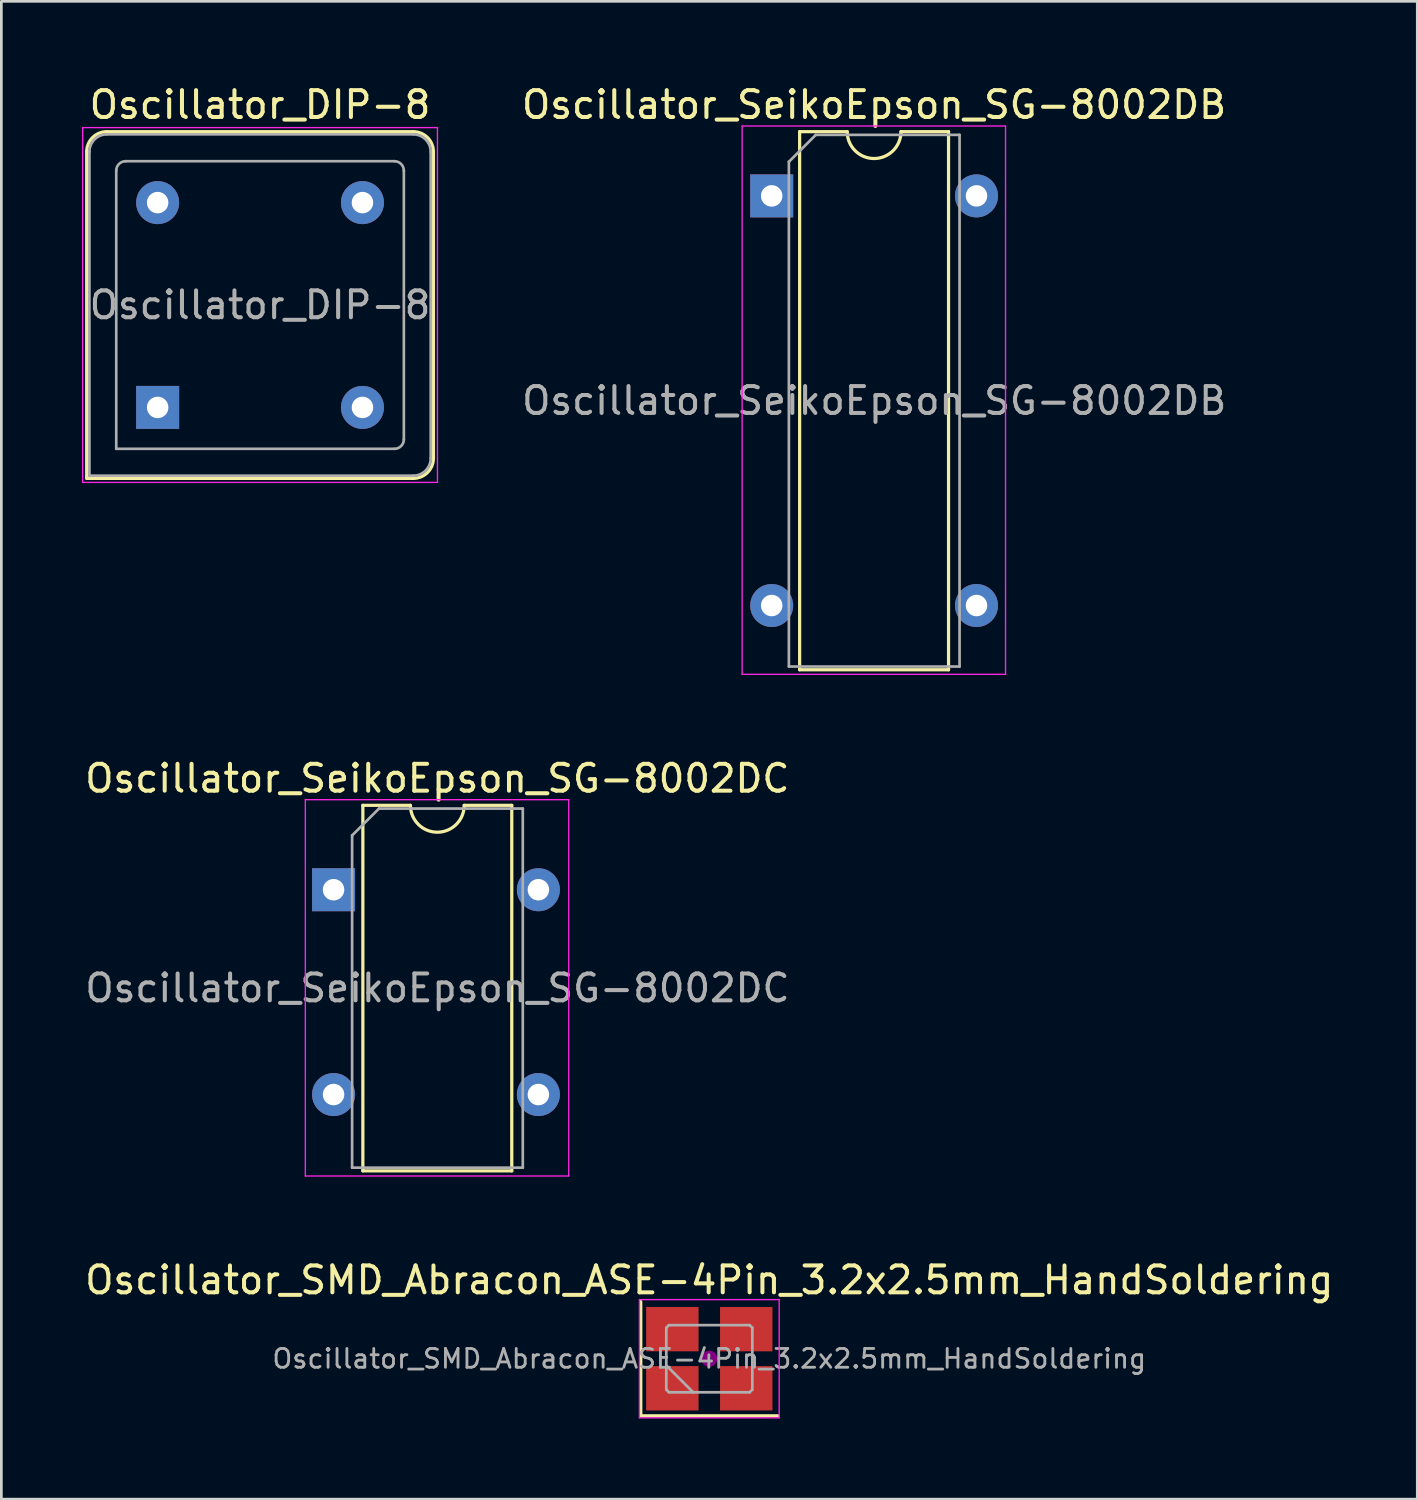
<source format=kicad_pcb>
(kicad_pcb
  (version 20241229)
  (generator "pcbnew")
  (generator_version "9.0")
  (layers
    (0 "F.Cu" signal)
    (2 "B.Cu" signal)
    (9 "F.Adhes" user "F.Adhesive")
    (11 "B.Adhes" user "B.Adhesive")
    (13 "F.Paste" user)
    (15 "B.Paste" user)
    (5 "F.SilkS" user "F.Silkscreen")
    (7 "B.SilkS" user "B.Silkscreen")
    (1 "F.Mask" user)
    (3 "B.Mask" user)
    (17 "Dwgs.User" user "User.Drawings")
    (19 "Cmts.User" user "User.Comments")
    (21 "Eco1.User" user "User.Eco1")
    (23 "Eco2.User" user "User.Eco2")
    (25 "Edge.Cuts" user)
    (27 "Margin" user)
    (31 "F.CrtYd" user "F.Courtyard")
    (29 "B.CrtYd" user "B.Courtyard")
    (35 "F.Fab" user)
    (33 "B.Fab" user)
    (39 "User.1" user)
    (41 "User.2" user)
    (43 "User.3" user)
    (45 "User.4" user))
  (footprint "Oscillator_DIP-8"
    (layer "F.Cu")
    (at 2.815 12.108)
    (property "Reference" "Oscillator_DIP-8" (at 3.81 -11.26 0) (layer "F.SilkS") (effects (font (size 1 1) (thickness 0.15))))
    (attr through_hole)
    (fp_line (start -2.64 -9.51) (end -2.64 2.64) (stroke (width 0.12) (type solid)) (layer "F.SilkS"))
    (fp_line (start -2.64 2.64) (end 9.51 2.64) (stroke (width 0.12) (type solid)) (layer "F.SilkS"))
    (fp_line (start 9.51 -10.26) (end -1.89 -10.26) (stroke (width 0.12) (type solid)) (layer "F.SilkS"))
    (fp_line (start 10.26 1.89) (end 10.26 -9.51) (stroke (width 0.12) (type solid)) (layer "F.SilkS"))
    (fp_arc (start -2.64 -9.51) (mid -2.42033 -10.04033) (end -1.89 -10.26) (stroke (width 0.12) (type solid)) (layer "F.SilkS"))
    (fp_arc (start 9.51 -10.26) (mid 10.04033 -10.04033) (end 10.26 -9.51) (stroke (width 0.12) (type solid)) (layer "F.SilkS"))
    (fp_arc (start 10.26 1.89) (mid 10.04033 2.42033) (end 9.51 2.64) (stroke (width 0.12) (type solid)) (layer "F.SilkS"))
    (fp_line (start -2.79 -10.41) (end -2.79 2.79) (stroke (width 0.05) (type solid)) (layer "F.CrtYd"))
    (fp_line (start -2.79 2.79) (end 10.41 2.79) (stroke (width 0.05) (type solid)) (layer "F.CrtYd"))
    (fp_line (start 10.41 -10.41) (end -2.79 -10.41) (stroke (width 0.05) (type solid)) (layer "F.CrtYd"))
    (fp_line (start 10.41 2.79) (end 10.41 -10.41) (stroke (width 0.05) (type solid)) (layer "F.CrtYd"))
    (fp_line (start -2.54 2.54) (end -2.54 -9.51) (stroke (width 0.1) (type solid)) (layer "F.Fab"))
    (fp_line (start -2.54 2.54) (end 9.51 2.54) (stroke (width 0.1) (type solid)) (layer "F.Fab"))
    (fp_line (start -1.89 -10.16) (end 9.51 -10.16) (stroke (width 0.1) (type solid)) (layer "F.Fab"))
    (fp_line (start -1.54 1.54) (end -1.54 -8.81) (stroke (width 0.1) (type solid)) (layer "F.Fab"))
    (fp_line (start -1.54 1.54) (end 8.81 1.54) (stroke (width 0.1) (type solid)) (layer "F.Fab"))
    (fp_line (start -1.19 -9.16) (end 8.81 -9.16) (stroke (width 0.1) (type solid)) (layer "F.Fab"))
    (fp_line (start 9.16 1.19) (end 9.16 -8.81) (stroke (width 0.1) (type solid)) (layer "F.Fab"))
    (fp_line (start 10.16 -9.51) (end 10.16 1.89) (stroke (width 0.1) (type solid)) (layer "F.Fab"))
    (fp_arc (start -2.54 -9.51) (mid -2.349619 -9.969619) (end -1.89 -10.16) (stroke (width 0.1) (type solid)) (layer "F.Fab"))
    (fp_arc (start -1.54 -8.81) (mid -1.437487 -9.057487) (end -1.19 -9.16) (stroke (width 0.1) (type solid)) (layer "F.Fab"))
    (fp_arc (start 8.81 -9.16) (mid 9.057487 -9.057487) (end 9.16 -8.81) (stroke (width 0.1) (type solid)) (layer "F.Fab"))
    (fp_arc (start 9.16 1.19) (mid 9.057487 1.437487) (end 8.81 1.54) (stroke (width 0.1) (type solid)) (layer "F.Fab"))
    (fp_arc (start 9.51 -10.16) (mid 9.969619 -9.969619) (end 10.16 -9.51) (stroke (width 0.1) (type solid)) (layer "F.Fab"))
    (fp_arc (start 10.16 1.89) (mid 9.969619 2.349619) (end 9.51 2.54) (stroke (width 0.1) (type solid)) (layer "F.Fab"))
    (fp_text user "${REFERENCE}" (at 3.81 -3.81 0) (layer "F.Fab") (effects (font (size 1 1) (thickness 0.15))))
    (pad "1" thru_hole rect (at 0 0) (size 1.6 1.6) (drill 0.8) (layers "*.Cu" "*.Mask"))
    (pad "4" thru_hole circle (at 7.62 0) (size 1.6 1.6) (drill 0.8) (layers "*.Cu" "*.Mask"))
    (pad "5" thru_hole circle (at 7.62 -7.62) (size 1.6 1.6) (drill 0.8) (layers "*.Cu" "*.Mask"))
    (pad "8" thru_hole circle (at 0 -7.62) (size 1.6 1.6) (drill 0.8) (layers "*.Cu" "*.Mask")))
  (footprint "Oscillator_SMD_Abracon_ASE-4Pin_3.2x2.5mm_HandSoldering"
    (layer "F.Cu")
    (at 23.339 47.5)
    (property "Reference" "Oscillator_SMD_Abracon_ASE-4Pin_3.2x2.5mm_HandSoldering" (at 0 -2.925 0) (layer "F.SilkS") (effects (font (size 1 1) (thickness 0.15))))
    (attr smd)
    (fp_line (start -2.55 -2.125) (end -2.55 2.125) (stroke (width 0.12) (type solid)) (layer "F.SilkS"))
    (fp_line (start -2.55 2.125) (end 2.55 2.125) (stroke (width 0.12) (type solid)) (layer "F.SilkS"))
    (fp_circle (center 0 0) (end 0.058 0) (stroke (width 0.117) (type solid)) (fill no) (layer "F.Adhes"))
    (fp_circle (center 0 0) (end 0.133 0) (stroke (width 0.083) (type solid)) (fill no) (layer "F.Adhes"))
    (fp_circle (center 0 0) (end 0.208 0) (stroke (width 0.083) (type solid)) (fill no) (layer "F.Adhes"))
    (fp_circle (center 0 0) (end 0.25 0) (stroke (width 0.1) (type solid)) (fill no) (layer "F.Adhes"))
    (fp_line (start -2.6 -2.2) (end -2.6 2.2) (stroke (width 0.05) (type solid)) (layer "F.CrtYd"))
    (fp_line (start -2.6 2.2) (end 2.6 2.2) (stroke (width 0.05) (type solid)) (layer "F.CrtYd"))
    (fp_line (start 2.6 -2.2) (end -2.6 -2.2) (stroke (width 0.05) (type solid)) (layer "F.CrtYd"))
    (fp_line (start 2.6 2.2) (end 2.6 -2.2) (stroke (width 0.05) (type solid)) (layer "F.CrtYd"))
    (fp_line (start -1.6 -1.15) (end -1.5 -1.25) (stroke (width 0.1) (type solid)) (layer "F.Fab"))
    (fp_line (start -1.6 0.25) (end -0.6 1.25) (stroke (width 0.1) (type solid)) (layer "F.Fab"))
    (fp_line (start -1.6 1.15) (end -1.6 -1.15) (stroke (width 0.1) (type solid)) (layer "F.Fab"))
    (fp_line (start -1.5 -1.25) (end 1.5 -1.25) (stroke (width 0.1) (type solid)) (layer "F.Fab"))
    (fp_line (start -1.5 1.25) (end -1.6 1.15) (stroke (width 0.1) (type solid)) (layer "F.Fab"))
    (fp_line (start 1.5 -1.25) (end 1.6 -1.15) (stroke (width 0.1) (type solid)) (layer "F.Fab"))
    (fp_line (start 1.5 1.25) (end -1.5 1.25) (stroke (width 0.1) (type solid)) (layer "F.Fab"))
    (fp_line (start 1.6 -1.15) (end 1.6 1.15) (stroke (width 0.1) (type solid)) (layer "F.Fab"))
    (fp_line (start 1.6 1.15) (end 1.5 1.25) (stroke (width 0.1) (type solid)) (layer "F.Fab"))
    (fp_text user "${REFERENCE}" (at 0 0 0) (layer "F.Fab") (effects (font (size 0.7 0.7) (thickness 0.105))))
    (pad "1" smd rect (at -1.375 1.1) (size 1.95 1.65) (layers "F.Cu" "F.Mask" "F.Paste"))
    (pad "2" smd rect (at 1.375 1.1) (size 1.95 1.65) (layers "F.Cu" "F.Mask" "F.Paste"))
    (pad "3" smd rect (at 1.375 -1.1) (size 1.95 1.65) (layers "F.Cu" "F.Mask" "F.Paste"))
    (pad "4" smd rect (at -1.375 -1.1) (size 1.95 1.65) (layers "F.Cu" "F.Mask" "F.Paste")))
  (footprint "Oscillator_SeikoEpson_SG-8002DC"
    (layer "F.Cu")
    (at 9.36 30.052)
    (property "Reference" "Oscillator_SeikoEpson_SG-8002DC" (at 3.86 -4.14 0) (layer "F.SilkS") (effects (font (size 1 1) (thickness 0.15))))
    (attr through_hole)
    (fp_line (start 1.09 -3.14) (end 1.09 10.46) (stroke (width 0.12) (type solid)) (layer "F.SilkS"))
    (fp_line (start 1.09 10.46) (end 6.63 10.46) (stroke (width 0.12) (type solid)) (layer "F.SilkS"))
    (fp_line (start 2.86 -3.14) (end 1.09 -3.14) (stroke (width 0.12) (type solid)) (layer "F.SilkS"))
    (fp_line (start 6.63 -3.14) (end 4.86 -3.14) (stroke (width 0.12) (type solid)) (layer "F.SilkS"))
    (fp_line (start 6.63 10.46) (end 6.63 -3.14) (stroke (width 0.12) (type solid)) (layer "F.SilkS"))
    (fp_arc (start 4.86 -3.14) (mid 3.86 -2.14) (end 2.86 -3.14) (stroke (width 0.12) (type solid)) (layer "F.SilkS"))
    (fp_line (start -1.05 -3.35) (end -1.05 10.65) (stroke (width 0.05) (type solid)) (layer "F.CrtYd"))
    (fp_line (start -1.05 10.65) (end 8.75 10.65) (stroke (width 0.05) (type solid)) (layer "F.CrtYd"))
    (fp_line (start 8.75 -3.35) (end -1.05 -3.35) (stroke (width 0.05) (type solid)) (layer "F.CrtYd"))
    (fp_line (start 8.75 10.65) (end 8.75 -3.35) (stroke (width 0.05) (type solid)) (layer "F.CrtYd"))
    (fp_line (start 0.69 -2.02) (end 1.69 -3.02) (stroke (width 0.1) (type solid)) (layer "F.Fab"))
    (fp_line (start 0.69 10.34) (end 0.69 -2.02) (stroke (width 0.1) (type solid)) (layer "F.Fab"))
    (fp_line (start 1.69 -3.02) (end 7.04 -3.02) (stroke (width 0.1) (type solid)) (layer "F.Fab"))
    (fp_line (start 7.04 -3.02) (end 7.04 10.34) (stroke (width 0.1) (type solid)) (layer "F.Fab"))
    (fp_line (start 7.04 10.34) (end 0.69 10.34) (stroke (width 0.1) (type solid)) (layer "F.Fab"))
    (fp_text user "${REFERENCE}" (at 3.865 3.66 0) (layer "F.Fab") (effects (font (size 1 1) (thickness 0.15))))
    (pad "1" thru_hole rect (at 0 0) (size 1.6 1.6) (drill 0.8) (layers "*.Cu" "*.Mask"))
    (pad "4" thru_hole oval (at 0 7.62) (size 1.6 1.6) (drill 0.8) (layers "*.Cu" "*.Mask"))
    (pad "5" thru_hole oval (at 7.62 7.62) (size 1.6 1.6) (drill 0.8) (layers "*.Cu" "*.Mask"))
    (pad "8" thru_hole oval (at 7.62 0) (size 1.6 1.6) (drill 0.8) (layers "*.Cu" "*.Mask")))
  (footprint "Oscillator_SeikoEpson_SG-8002DB"
    (layer "F.Cu")
    (at 25.66 4.238)
    (property "Reference" "Oscillator_SeikoEpson_SG-8002DB" (at 3.81 -3.39 0) (layer "F.SilkS") (effects (font (size 1 1) (thickness 0.15))))
    (attr through_hole)
    (fp_line (start 1.04 -2.39) (end 1.04 17.63) (stroke (width 0.12) (type solid)) (layer "F.SilkS"))
    (fp_line (start 1.04 17.63) (end 6.58 17.63) (stroke (width 0.12) (type solid)) (layer "F.SilkS"))
    (fp_line (start 2.81 -2.39) (end 1.04 -2.39) (stroke (width 0.12) (type solid)) (layer "F.SilkS"))
    (fp_line (start 6.58 -2.39) (end 4.81 -2.39) (stroke (width 0.12) (type solid)) (layer "F.SilkS"))
    (fp_line (start 6.58 17.63) (end 6.58 -2.39) (stroke (width 0.12) (type solid)) (layer "F.SilkS"))
    (fp_arc (start 4.81 -2.39) (mid 3.81 -1.39) (end 2.81 -2.39) (stroke (width 0.12) (type solid)) (layer "F.SilkS"))
    (fp_line (start -1.1 -2.6) (end -1.1 17.8) (stroke (width 0.05) (type solid)) (layer "F.CrtYd"))
    (fp_line (start -1.1 17.8) (end 8.7 17.8) (stroke (width 0.05) (type solid)) (layer "F.CrtYd"))
    (fp_line (start 8.7 -2.6) (end -1.1 -2.6) (stroke (width 0.05) (type solid)) (layer "F.CrtYd"))
    (fp_line (start 8.7 17.8) (end 8.7 -2.6) (stroke (width 0.05) (type solid)) (layer "F.CrtYd"))
    (fp_line (start 0.64 -1.27) (end 1.64 -2.27) (stroke (width 0.1) (type solid)) (layer "F.Fab"))
    (fp_line (start 0.64 17.51) (end 0.64 -1.27) (stroke (width 0.1) (type solid)) (layer "F.Fab"))
    (fp_line (start 1.64 -2.27) (end 6.99 -2.27) (stroke (width 0.1) (type solid)) (layer "F.Fab"))
    (fp_line (start 6.99 -2.27) (end 6.99 17.51) (stroke (width 0.1) (type solid)) (layer "F.Fab"))
    (fp_line (start 6.99 17.51) (end 0.64 17.51) (stroke (width 0.1) (type solid)) (layer "F.Fab"))
    (fp_text user "${REFERENCE}" (at 3.815 7.62 0) (layer "F.Fab") (effects (font (size 1 1) (thickness 0.15))))
    (pad "1" thru_hole rect (at 0 0) (size 1.6 1.6) (drill 0.8) (layers "*.Cu" "*.Mask"))
    (pad "7" thru_hole oval (at 0 15.24) (size 1.6 1.6) (drill 0.8) (layers "*.Cu" "*.Mask"))
    (pad "8" thru_hole oval (at 7.62 15.24) (size 1.6 1.6) (drill 0.8) (layers "*.Cu" "*.Mask"))
    (pad "14" thru_hole oval (at 7.62 0) (size 1.6 1.6) (drill 0.8) (layers "*.Cu" "*.Mask")))
  (gr_rect
    (start -3 -3)
    (end 49.679 52.725)
    (stroke (width 0.1) (type default))
    (fill no)
    (layer "Edge.Cuts")))
</source>
